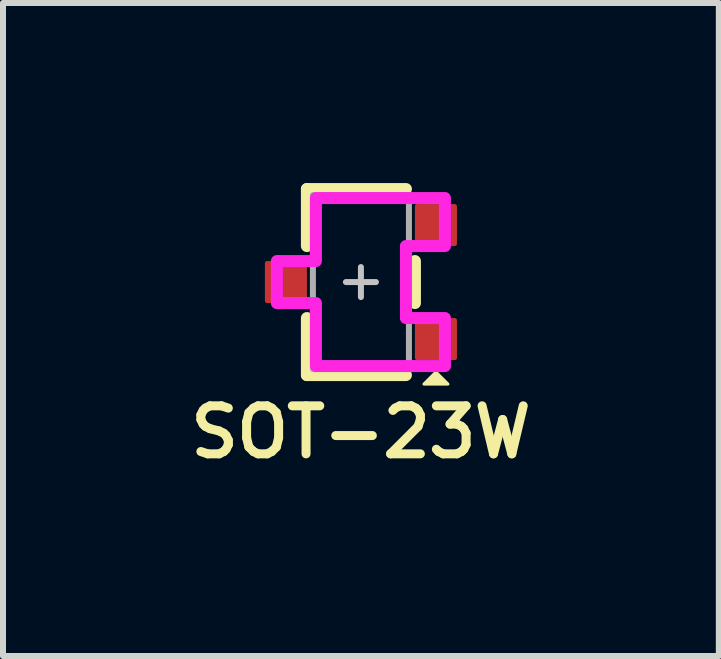
<source format=kicad_pcb>
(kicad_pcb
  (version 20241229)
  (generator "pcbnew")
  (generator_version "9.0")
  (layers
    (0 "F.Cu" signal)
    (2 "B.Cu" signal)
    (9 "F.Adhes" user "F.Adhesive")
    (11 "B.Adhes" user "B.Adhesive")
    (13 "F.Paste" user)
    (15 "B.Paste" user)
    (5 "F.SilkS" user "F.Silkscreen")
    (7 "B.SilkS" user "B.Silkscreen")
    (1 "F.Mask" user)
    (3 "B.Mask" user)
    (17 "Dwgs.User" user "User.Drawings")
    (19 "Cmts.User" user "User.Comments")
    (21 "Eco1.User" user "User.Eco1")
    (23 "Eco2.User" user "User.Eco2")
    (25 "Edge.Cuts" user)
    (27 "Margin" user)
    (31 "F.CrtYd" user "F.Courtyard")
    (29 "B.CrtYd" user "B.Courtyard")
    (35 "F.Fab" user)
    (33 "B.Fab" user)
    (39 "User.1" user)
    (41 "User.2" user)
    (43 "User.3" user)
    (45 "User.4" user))
  (footprint "SOT-23W"
    (layer "F.Cu")
    (at 2.964 1.65)
    (property "Reference" "SOT-23W" (at 0 2.5 0) (unlocked yes) (layer "F.SilkS") (effects (font (size 0.8 0.8) (thickness 0.15))))
    (attr smd)
    (fp_line (start -0.9 -1.55) (end 0.75 -1.55) (stroke (width 0.2) (type solid)) (layer "F.SilkS"))
    (fp_line (start -0.9 -0.6) (end -0.9 -1.55) (stroke (width 0.2) (type solid)) (layer "F.SilkS"))
    (fp_line (start -0.9 0.6) (end -0.9 1.55) (stroke (width 0.2) (type solid)) (layer "F.SilkS"))
    (fp_line (start -0.9 1.55) (end 0.75 1.55) (stroke (width 0.2) (type solid)) (layer "F.SilkS"))
    (fp_line (start 0.9 -0.35) (end 0.9 0.35) (stroke (width 0.2) (type solid)) (layer "F.SilkS"))
    (fp_poly (pts (xy 1.05 1.7) (xy 1.25 1.5) (xy 1.45 1.7)) (stroke (width 0.05) (type solid)) (fill yes) (layer "F.SilkS"))
    (fp_line (start -0.25 0) (end 0.25 0) (stroke (width 0.1) (type solid)) (layer "Dwgs.User"))
    (fp_line (start 0 -0.25) (end 0 0.25) (stroke (width 0.1) (type solid)) (layer "Dwgs.User"))
    (fp_poly (pts (xy 1.4 -0.6) (xy 0.75 -0.6) (xy 0.75 0.6) (xy 1.4 0.6) (xy 1.4 1.4) (xy -0.75 1.4) (xy -0.75 0.35) (xy -1.4 0.35) (xy -1.4 -0.35) (xy -0.75 -0.35) (xy -0.75 -1.4) (xy 1.4 -1.4)) (stroke (width 0.2) (type solid)) (fill no) (layer "F.CrtYd"))
    (fp_rect (start -0.8 -1.45) (end 0.8 1.45) (stroke (width 0.1) (type solid)) (fill no) (layer "F.Fab"))
    (pad "1" smd roundrect (at 1.25 0.95 90) (size 0.7 0.7) (layers "F.Cu" "F.Mask" "F.Paste") (roundrect_rratio 0.05))
    (pad "2" smd roundrect (at 1.25 -0.95 90) (size 0.7 0.7) (layers "F.Cu" "F.Mask" "F.Paste") (roundrect_rratio 0.05))
    (pad "3" smd roundrect (at -1.25 0 90) (size 0.7 0.7) (layers "F.Cu" "F.Mask" "F.Paste") (roundrect_rratio 0.05)))
  (gr_rect
    (start -3 -3)
    (end 8.928 7.881)
    (stroke (width 0.1) (type default))
    (fill no)
    (layer "Edge.Cuts")))
</source>
